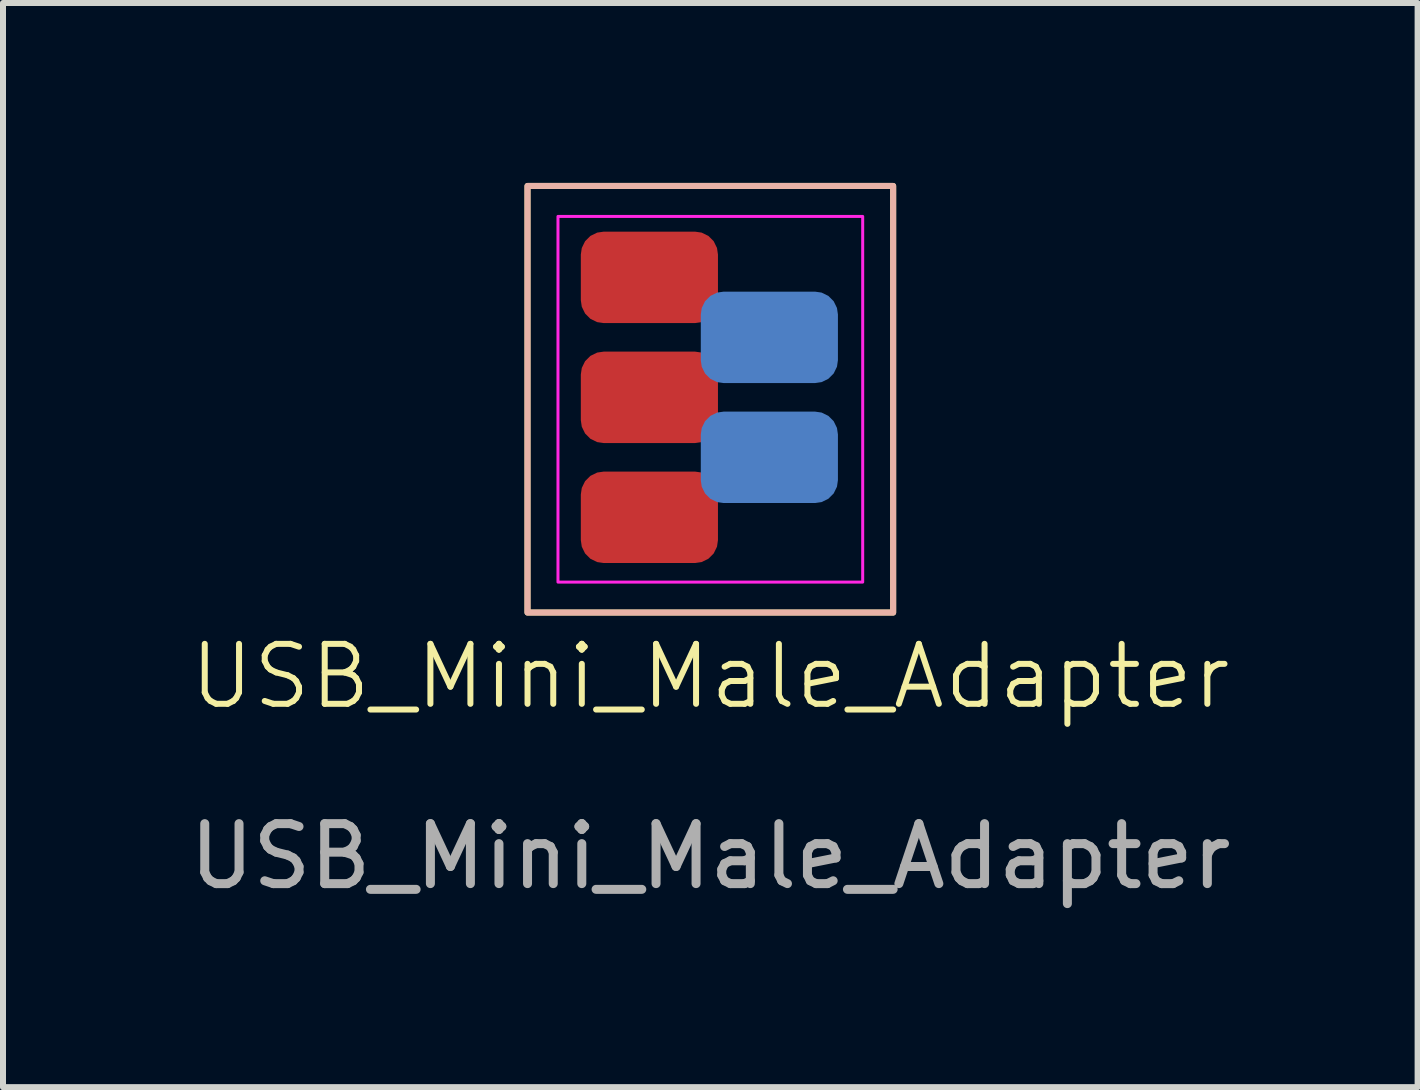
<source format=kicad_pcb>
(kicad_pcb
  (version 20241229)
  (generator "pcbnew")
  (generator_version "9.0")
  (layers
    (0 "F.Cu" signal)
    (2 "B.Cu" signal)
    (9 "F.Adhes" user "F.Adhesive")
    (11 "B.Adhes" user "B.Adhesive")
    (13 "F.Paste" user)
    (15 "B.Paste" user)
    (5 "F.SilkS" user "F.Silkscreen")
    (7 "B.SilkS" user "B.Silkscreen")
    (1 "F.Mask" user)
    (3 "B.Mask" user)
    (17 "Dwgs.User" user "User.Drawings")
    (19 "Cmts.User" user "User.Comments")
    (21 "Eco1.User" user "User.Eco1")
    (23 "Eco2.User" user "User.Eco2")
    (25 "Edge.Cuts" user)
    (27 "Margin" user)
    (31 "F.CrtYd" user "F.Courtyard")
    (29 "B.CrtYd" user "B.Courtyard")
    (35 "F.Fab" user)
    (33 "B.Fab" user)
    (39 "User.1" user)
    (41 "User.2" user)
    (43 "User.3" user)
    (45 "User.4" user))
  (footprint "USB_Mini_Male_Adapter"
    (layer "F.Cu")
    (at 8.792 3.606)
    (property "Reference" "USB_Mini_Male_Adapter" (at 0 4.62 0) (unlocked yes) (layer "F.SilkS") (effects (font (size 1 1) (thickness 0.1))))
    (attr smd)
    (fp_rect (start -3.048 -3.556) (end 3.048 3.556) (stroke (width 0.1) (type default)) (fill no) (layer "F.SilkS"))
    (fp_rect (start -3.048 -3.556) (end 3.048 3.556) (stroke (width 0.1) (type default)) (fill no) (layer "B.SilkS"))
    (fp_rect (start -2.54 -3.048) (end 2.54 3.048) (stroke (width 0.05) (type default)) (fill no) (layer "F.CrtYd"))
    (fp_text user "${REFERENCE}" (at 0 7.62 0) (unlocked yes) (layer "F.Fab") (effects (font (size 1 1) (thickness 0.15))))
    (pad "1" smd roundrect (at -1.016 1.968) (size 2.286 1.524) (layers "F.Cu" "F.Mask" "F.Paste") (roundrect_rratio 0.25))
    (pad "2" smd roundrect (at 0.984 0.968) (size 2.286 1.524) (layers "B.Cu" "B.Mask" "B.Paste") (roundrect_rratio 0.25))
    (pad "3" smd roundrect (at -1.016 -0.032) (size 2.286 1.524) (layers "F.Cu" "F.Mask" "F.Paste") (roundrect_rratio 0.25))
    (pad "4" smd roundrect (at 0.984 -1.032) (size 2.286 1.524) (layers "B.Cu" "B.Mask" "B.Paste") (roundrect_rratio 0.25))
    (pad "5" smd roundrect (at -1.016 -2.032) (size 2.286 1.524) (layers "F.Cu" "F.Mask" "F.Paste") (roundrect_rratio 0.25)))
  (gr_rect
    (start -3 -3)
    (end 20.583 15.074)
    (stroke (width 0.1) (type default))
    (fill no)
    (layer "Edge.Cuts")))
</source>
